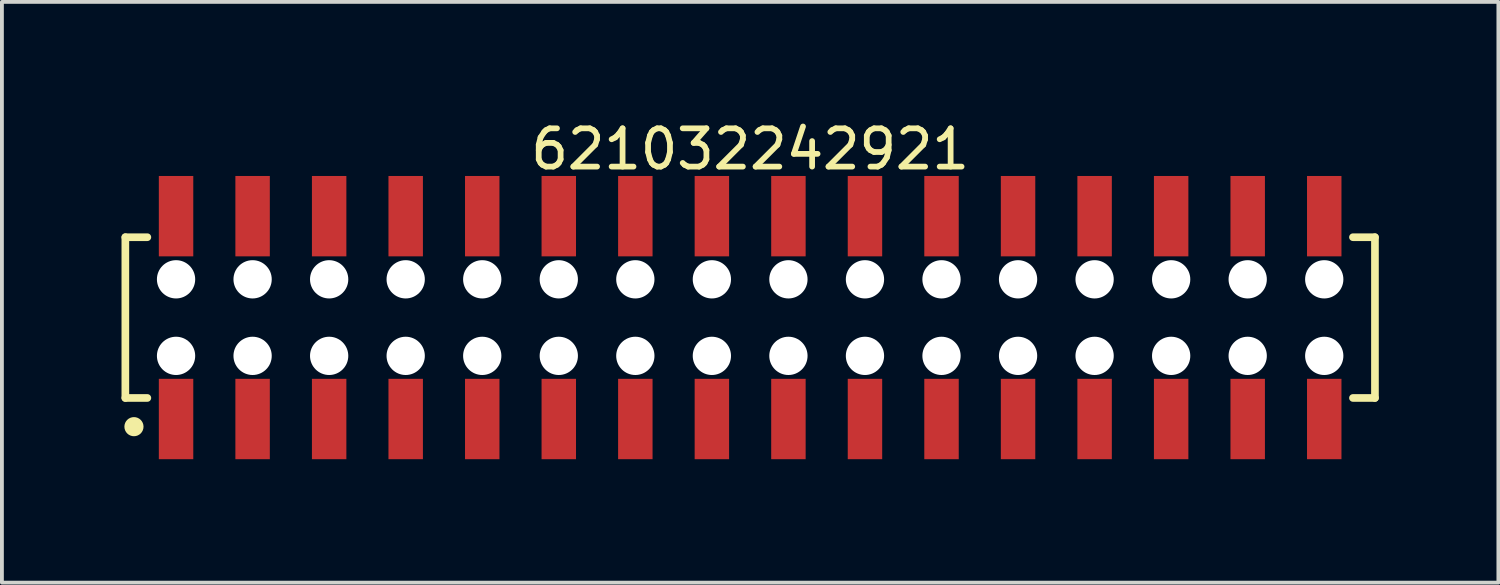
<source format=kicad_pcb>
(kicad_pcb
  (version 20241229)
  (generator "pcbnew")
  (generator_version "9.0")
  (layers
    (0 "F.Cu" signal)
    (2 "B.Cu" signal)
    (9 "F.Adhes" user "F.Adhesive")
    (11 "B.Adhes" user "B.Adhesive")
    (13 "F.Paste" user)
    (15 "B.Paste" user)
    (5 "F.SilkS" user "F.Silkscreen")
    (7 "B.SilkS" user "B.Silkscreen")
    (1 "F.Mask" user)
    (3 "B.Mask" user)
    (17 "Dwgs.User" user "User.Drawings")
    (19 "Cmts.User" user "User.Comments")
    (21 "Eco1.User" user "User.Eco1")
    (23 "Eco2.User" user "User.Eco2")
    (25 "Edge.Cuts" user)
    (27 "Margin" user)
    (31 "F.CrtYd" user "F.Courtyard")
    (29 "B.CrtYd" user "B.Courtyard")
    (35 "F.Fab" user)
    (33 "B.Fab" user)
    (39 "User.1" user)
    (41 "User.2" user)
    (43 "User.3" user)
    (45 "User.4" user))
  (footprint "621032242921"
    (layer "F.Cu")
    (at 16.55 5.248)
    (property "Reference" "621032242921" (at 0 -4.4 0) (layer "F.SilkS") (effects (font (size 1 1) (thickness 0.15))))
    (fp_line (start -16.325 -2.1) (end -15.75 -2.1) (stroke (width 0.2) (type solid)) (layer "F.SilkS"))
    (fp_line (start -16.325 2.1) (end -16.325 -2.1) (stroke (width 0.2) (type solid)) (layer "F.SilkS"))
    (fp_line (start -16.325 2.1) (end -15.75 2.1) (stroke (width 0.2) (type solid)) (layer "F.SilkS"))
    (fp_line (start 15.75 -2.1) (end 16.325 -2.1) (stroke (width 0.2) (type solid)) (layer "F.SilkS"))
    (fp_line (start 15.75 2.1) (end 16.325 2.1) (stroke (width 0.2) (type solid)) (layer "F.SilkS"))
    (fp_line (start 16.325 2.1) (end 16.325 -2.1) (stroke (width 0.2) (type solid)) (layer "F.SilkS"))
    (fp_circle (center -16.1 2.85) (end -16.1 2.725) (stroke (width 0.25) (type solid)) (fill no) (layer "F.SilkS"))
    (fp_line (start -16.525 -3.9) (end 16.525 -3.9) (stroke (width 0.05) (type solid)) (layer "Eco2.User"))
    (fp_line (start -16.525 3.9) (end -16.525 -3.9) (stroke (width 0.05) (type solid)) (layer "Eco2.User"))
    (fp_line (start -16.525 3.9) (end 16.525 3.9) (stroke (width 0.05) (type solid)) (layer "Eco2.User"))
    (fp_line (start -16.2 -2) (end 16.2 -2) (stroke (width 0.1) (type solid)) (layer "Eco2.User"))
    (fp_line (start -16.2 2) (end -16.2 -2) (stroke (width 0.1) (type solid)) (layer "Eco2.User"))
    (fp_line (start -16.2 2) (end 16.2 2) (stroke (width 0.1) (type solid)) (layer "Eco2.User"))
    (fp_line (start -15.25 -3.1) (end -14.75 -3.1) (stroke (width 0.1) (type solid)) (layer "Eco2.User"))
    (fp_line (start -15.25 -2) (end -15.25 -3.1) (stroke (width 0.1) (type solid)) (layer "Eco2.User"))
    (fp_line (start -15.25 3.1) (end -15.25 2) (stroke (width 0.1) (type solid)) (layer "Eco2.User"))
    (fp_line (start -15.25 3.1) (end -14.75 3.1) (stroke (width 0.1) (type solid)) (layer "Eco2.User"))
    (fp_line (start -14.75 -2) (end -14.75 -3.1) (stroke (width 0.1) (type solid)) (layer "Eco2.User"))
    (fp_line (start -14.75 3.1) (end -14.75 2) (stroke (width 0.1) (type solid)) (layer "Eco2.User"))
    (fp_line (start -13.25 -3.1) (end -12.75 -3.1) (stroke (width 0.1) (type solid)) (layer "Eco2.User"))
    (fp_line (start -13.25 -2) (end -13.25 -3.1) (stroke (width 0.1) (type solid)) (layer "Eco2.User"))
    (fp_line (start -13.25 3.1) (end -13.25 2) (stroke (width 0.1) (type solid)) (layer "Eco2.User"))
    (fp_line (start -13.25 3.1) (end -12.75 3.1) (stroke (width 0.1) (type solid)) (layer "Eco2.User"))
    (fp_line (start -12.75 -2) (end -12.75 -3.1) (stroke (width 0.1) (type solid)) (layer "Eco2.User"))
    (fp_line (start -12.75 3.1) (end -12.75 2) (stroke (width 0.1) (type solid)) (layer "Eco2.User"))
    (fp_line (start -11.25 -3.1) (end -10.75 -3.1) (stroke (width 0.1) (type solid)) (layer "Eco2.User"))
    (fp_line (start -11.25 -2) (end -11.25 -3.1) (stroke (width 0.1) (type solid)) (layer "Eco2.User"))
    (fp_line (start -11.25 3.1) (end -11.25 2) (stroke (width 0.1) (type solid)) (layer "Eco2.User"))
    (fp_line (start -11.25 3.1) (end -10.75 3.1) (stroke (width 0.1) (type solid)) (layer "Eco2.User"))
    (fp_line (start -10.75 -2) (end -10.75 -3.1) (stroke (width 0.1) (type solid)) (layer "Eco2.User"))
    (fp_line (start -10.75 3.1) (end -10.75 2) (stroke (width 0.1) (type solid)) (layer "Eco2.User"))
    (fp_line (start -9.25 -3.1) (end -8.75 -3.1) (stroke (width 0.1) (type solid)) (layer "Eco2.User"))
    (fp_line (start -9.25 -2) (end -9.25 -3.1) (stroke (width 0.1) (type solid)) (layer "Eco2.User"))
    (fp_line (start -9.25 3.1) (end -9.25 2) (stroke (width 0.1) (type solid)) (layer "Eco2.User"))
    (fp_line (start -9.25 3.1) (end -8.75 3.1) (stroke (width 0.1) (type solid)) (layer "Eco2.User"))
    (fp_line (start -8.75 -2) (end -8.75 -3.1) (stroke (width 0.1) (type solid)) (layer "Eco2.User"))
    (fp_line (start -8.75 3.1) (end -8.75 2) (stroke (width 0.1) (type solid)) (layer "Eco2.User"))
    (fp_line (start -7.25 -3.1) (end -6.75 -3.1) (stroke (width 0.1) (type solid)) (layer "Eco2.User"))
    (fp_line (start -7.25 -2) (end -7.25 -3.1) (stroke (width 0.1) (type solid)) (layer "Eco2.User"))
    (fp_line (start -7.25 3.1) (end -7.25 2) (stroke (width 0.1) (type solid)) (layer "Eco2.User"))
    (fp_line (start -7.25 3.1) (end -6.75 3.1) (stroke (width 0.1) (type solid)) (layer "Eco2.User"))
    (fp_line (start -6.75 -2) (end -6.75 -3.1) (stroke (width 0.1) (type solid)) (layer "Eco2.User"))
    (fp_line (start -6.75 3.1) (end -6.75 2) (stroke (width 0.1) (type solid)) (layer "Eco2.User"))
    (fp_line (start -5.25 -3.1) (end -4.75 -3.1) (stroke (width 0.1) (type solid)) (layer "Eco2.User"))
    (fp_line (start -5.25 -2) (end -5.25 -3.1) (stroke (width 0.1) (type solid)) (layer "Eco2.User"))
    (fp_line (start -5.25 3.1) (end -5.25 2) (stroke (width 0.1) (type solid)) (layer "Eco2.User"))
    (fp_line (start -5.25 3.1) (end -4.75 3.1) (stroke (width 0.1) (type solid)) (layer "Eco2.User"))
    (fp_line (start -4.75 -2) (end -4.75 -3.1) (stroke (width 0.1) (type solid)) (layer "Eco2.User"))
    (fp_line (start -4.75 3.1) (end -4.75 2) (stroke (width 0.1) (type solid)) (layer "Eco2.User"))
    (fp_line (start -3.25 -3.1) (end -2.75 -3.1) (stroke (width 0.1) (type solid)) (layer "Eco2.User"))
    (fp_line (start -3.25 -2) (end -3.25 -3.1) (stroke (width 0.1) (type solid)) (layer "Eco2.User"))
    (fp_line (start -3.25 3.1) (end -3.25 2) (stroke (width 0.1) (type solid)) (layer "Eco2.User"))
    (fp_line (start -3.25 3.1) (end -2.75 3.1) (stroke (width 0.1) (type solid)) (layer "Eco2.User"))
    (fp_line (start -2.75 -2) (end -2.75 -3.1) (stroke (width 0.1) (type solid)) (layer "Eco2.User"))
    (fp_line (start -2.75 3.1) (end -2.75 2) (stroke (width 0.1) (type solid)) (layer "Eco2.User"))
    (fp_line (start -1.25 -3.1) (end -0.75 -3.1) (stroke (width 0.1) (type solid)) (layer "Eco2.User"))
    (fp_line (start -1.25 -2) (end -1.25 -3.1) (stroke (width 0.1) (type solid)) (layer "Eco2.User"))
    (fp_line (start -1.25 3.1) (end -1.25 2) (stroke (width 0.1) (type solid)) (layer "Eco2.User"))
    (fp_line (start -1.25 3.1) (end -0.75 3.1) (stroke (width 0.1) (type solid)) (layer "Eco2.User"))
    (fp_line (start -0.75 -2) (end -0.75 -3.1) (stroke (width 0.1) (type solid)) (layer "Eco2.User"))
    (fp_line (start -0.75 3.1) (end -0.75 2) (stroke (width 0.1) (type solid)) (layer "Eco2.User"))
    (fp_line (start -0.5 0) (end 0.5 0) (stroke (width 0.05) (type solid)) (layer "Eco2.User"))
    (fp_line (start 0 0.5) (end 0 -0.5) (stroke (width 0.05) (type solid)) (layer "Eco2.User"))
    (fp_line (start 0.75 -3.1) (end 1.25 -3.1) (stroke (width 0.1) (type solid)) (layer "Eco2.User"))
    (fp_line (start 0.75 -2) (end 0.75 -3.1) (stroke (width 0.1) (type solid)) (layer "Eco2.User"))
    (fp_line (start 0.75 3.1) (end 0.75 2) (stroke (width 0.1) (type solid)) (layer "Eco2.User"))
    (fp_line (start 0.75 3.1) (end 1.25 3.1) (stroke (width 0.1) (type solid)) (layer "Eco2.User"))
    (fp_line (start 1.25 -2) (end 1.25 -3.1) (stroke (width 0.1) (type solid)) (layer "Eco2.User"))
    (fp_line (start 1.25 3.1) (end 1.25 2) (stroke (width 0.1) (type solid)) (layer "Eco2.User"))
    (fp_line (start 2.75 -3.1) (end 3.25 -3.1) (stroke (width 0.1) (type solid)) (layer "Eco2.User"))
    (fp_line (start 2.75 -2) (end 2.75 -3.1) (stroke (width 0.1) (type solid)) (layer "Eco2.User"))
    (fp_line (start 2.75 3.1) (end 2.75 2) (stroke (width 0.1) (type solid)) (layer "Eco2.User"))
    (fp_line (start 2.75 3.1) (end 3.25 3.1) (stroke (width 0.1) (type solid)) (layer "Eco2.User"))
    (fp_line (start 3.25 -2) (end 3.25 -3.1) (stroke (width 0.1) (type solid)) (layer "Eco2.User"))
    (fp_line (start 3.25 3.1) (end 3.25 2) (stroke (width 0.1) (type solid)) (layer "Eco2.User"))
    (fp_line (start 4.75 -3.1) (end 5.25 -3.1) (stroke (width 0.1) (type solid)) (layer "Eco2.User"))
    (fp_line (start 4.75 -2) (end 4.75 -3.1) (stroke (width 0.1) (type solid)) (layer "Eco2.User"))
    (fp_line (start 4.75 3.1) (end 4.75 2) (stroke (width 0.1) (type solid)) (layer "Eco2.User"))
    (fp_line (start 4.75 3.1) (end 5.25 3.1) (stroke (width 0.1) (type solid)) (layer "Eco2.User"))
    (fp_line (start 5.25 -2) (end 5.25 -3.1) (stroke (width 0.1) (type solid)) (layer "Eco2.User"))
    (fp_line (start 5.25 3.1) (end 5.25 2) (stroke (width 0.1) (type solid)) (layer "Eco2.User"))
    (fp_line (start 6.75 -3.1) (end 7.25 -3.1) (stroke (width 0.1) (type solid)) (layer "Eco2.User"))
    (fp_line (start 6.75 -2) (end 6.75 -3.1) (stroke (width 0.1) (type solid)) (layer "Eco2.User"))
    (fp_line (start 6.75 3.1) (end 6.75 2) (stroke (width 0.1) (type solid)) (layer "Eco2.User"))
    (fp_line (start 6.75 3.1) (end 7.25 3.1) (stroke (width 0.1) (type solid)) (layer "Eco2.User"))
    (fp_line (start 7.25 -2) (end 7.25 -3.1) (stroke (width 0.1) (type solid)) (layer "Eco2.User"))
    (fp_line (start 7.25 3.1) (end 7.25 2) (stroke (width 0.1) (type solid)) (layer "Eco2.User"))
    (fp_line (start 8.75 -3.1) (end 9.25 -3.1) (stroke (width 0.1) (type solid)) (layer "Eco2.User"))
    (fp_line (start 8.75 -2) (end 8.75 -3.1) (stroke (width 0.1) (type solid)) (layer "Eco2.User"))
    (fp_line (start 8.75 3.1) (end 8.75 2) (stroke (width 0.1) (type solid)) (layer "Eco2.User"))
    (fp_line (start 8.75 3.1) (end 9.25 3.1) (stroke (width 0.1) (type solid)) (layer "Eco2.User"))
    (fp_line (start 9.25 -2) (end 9.25 -3.1) (stroke (width 0.1) (type solid)) (layer "Eco2.User"))
    (fp_line (start 9.25 3.1) (end 9.25 2) (stroke (width 0.1) (type solid)) (layer "Eco2.User"))
    (fp_line (start 10.75 -3.1) (end 11.25 -3.1) (stroke (width 0.1) (type solid)) (layer "Eco2.User"))
    (fp_line (start 10.75 -2) (end 10.75 -3.1) (stroke (width 0.1) (type solid)) (layer "Eco2.User"))
    (fp_line (start 10.75 3.1) (end 10.75 2) (stroke (width 0.1) (type solid)) (layer "Eco2.User"))
    (fp_line (start 10.75 3.1) (end 11.25 3.1) (stroke (width 0.1) (type solid)) (layer "Eco2.User"))
    (fp_line (start 11.25 -2) (end 11.25 -3.1) (stroke (width 0.1) (type solid)) (layer "Eco2.User"))
    (fp_line (start 11.25 3.1) (end 11.25 2) (stroke (width 0.1) (type solid)) (layer "Eco2.User"))
    (fp_line (start 12.75 -3.1) (end 13.25 -3.1) (stroke (width 0.1) (type solid)) (layer "Eco2.User"))
    (fp_line (start 12.75 -2) (end 12.75 -3.1) (stroke (width 0.1) (type solid)) (layer "Eco2.User"))
    (fp_line (start 12.75 3.1) (end 12.75 2) (stroke (width 0.1) (type solid)) (layer "Eco2.User"))
    (fp_line (start 12.75 3.1) (end 13.25 3.1) (stroke (width 0.1) (type solid)) (layer "Eco2.User"))
    (fp_line (start 13.25 -2) (end 13.25 -3.1) (stroke (width 0.1) (type solid)) (layer "Eco2.User"))
    (fp_line (start 13.25 3.1) (end 13.25 2) (stroke (width 0.1) (type solid)) (layer "Eco2.User"))
    (fp_line (start 14.75 -3.1) (end 15.25 -3.1) (stroke (width 0.1) (type solid)) (layer "Eco2.User"))
    (fp_line (start 14.75 -2) (end 14.75 -3.1) (stroke (width 0.1) (type solid)) (layer "Eco2.User"))
    (fp_line (start 14.75 3.1) (end 14.75 2) (stroke (width 0.1) (type solid)) (layer "Eco2.User"))
    (fp_line (start 14.75 3.1) (end 15.25 3.1) (stroke (width 0.1) (type solid)) (layer "Eco2.User"))
    (fp_line (start 15.25 -2) (end 15.25 -3.1) (stroke (width 0.1) (type solid)) (layer "Eco2.User"))
    (fp_line (start 15.25 3.1) (end 15.25 2) (stroke (width 0.1) (type solid)) (layer "Eco2.User"))
    (fp_line (start 16.2 2) (end 16.2 -2) (stroke (width 0.1) (type solid)) (layer "Eco2.User"))
    (fp_line (start 16.525 3.9) (end 16.525 -3.9) (stroke (width 0.05) (type solid)) (layer "Eco2.User"))
    (fp_text user "${REFERENCE}" (at 0.15 -0.197 0) (unlocked yes) (layer "User.3") (effects (font (size 1.5 1.5) (thickness 0.15))))
    (pad "" np_thru_hole circle (at -15 -1) (size 1 1) (drill 1) (layers "*.Cu" "*.Mask"))
    (pad "" np_thru_hole circle (at -15 1) (size 1 1) (drill 1) (layers "*.Cu" "*.Mask"))
    (pad "" np_thru_hole circle (at -13 -1) (size 1 1) (drill 1) (layers "*.Cu" "*.Mask"))
    (pad "" np_thru_hole circle (at -13 1) (size 1 1) (drill 1) (layers "*.Cu" "*.Mask"))
    (pad "" np_thru_hole circle (at -11 -1) (size 1 1) (drill 1) (layers "*.Cu" "*.Mask"))
    (pad "" np_thru_hole circle (at -11 1) (size 1 1) (drill 1) (layers "*.Cu" "*.Mask"))
    (pad "" np_thru_hole circle (at -9 -1) (size 1 1) (drill 1) (layers "*.Cu" "*.Mask"))
    (pad "" np_thru_hole circle (at -9 1) (size 1 1) (drill 1) (layers "*.Cu" "*.Mask"))
    (pad "" np_thru_hole circle (at -7 -1) (size 1 1) (drill 1) (layers "*.Cu" "*.Mask"))
    (pad "" np_thru_hole circle (at -7 1) (size 1 1) (drill 1) (layers "*.Cu" "*.Mask"))
    (pad "" np_thru_hole circle (at -5 -1) (size 1 1) (drill 1) (layers "*.Cu" "*.Mask"))
    (pad "" np_thru_hole circle (at -5 1) (size 1 1) (drill 1) (layers "*.Cu" "*.Mask"))
    (pad "" np_thru_hole circle (at -3 -1) (size 1 1) (drill 1) (layers "*.Cu" "*.Mask"))
    (pad "" np_thru_hole circle (at -3 1) (size 1 1) (drill 1) (layers "*.Cu" "*.Mask"))
    (pad "" np_thru_hole circle (at -1 -1) (size 1 1) (drill 1) (layers "*.Cu" "*.Mask"))
    (pad "" np_thru_hole circle (at -1 1) (size 1 1) (drill 1) (layers "*.Cu" "*.Mask"))
    (pad "" np_thru_hole circle (at 1 -1) (size 1 1) (drill 1) (layers "*.Cu" "*.Mask"))
    (pad "" np_thru_hole circle (at 1 1) (size 1 1) (drill 1) (layers "*.Cu" "*.Mask"))
    (pad "" np_thru_hole circle (at 3 -1) (size 1 1) (drill 1) (layers "*.Cu" "*.Mask"))
    (pad "" np_thru_hole circle (at 3 1) (size 1 1) (drill 1) (layers "*.Cu" "*.Mask"))
    (pad "" np_thru_hole circle (at 5 -1) (size 1 1) (drill 1) (layers "*.Cu" "*.Mask"))
    (pad "" np_thru_hole circle (at 5 1) (size 1 1) (drill 1) (layers "*.Cu" "*.Mask"))
    (pad "" np_thru_hole circle (at 7 -1) (size 1 1) (drill 1) (layers "*.Cu" "*.Mask"))
    (pad "" np_thru_hole circle (at 7 1) (size 1 1) (drill 1) (layers "*.Cu" "*.Mask"))
    (pad "" np_thru_hole circle (at 9 -1) (size 1 1) (drill 1) (layers "*.Cu" "*.Mask"))
    (pad "" np_thru_hole circle (at 9 1) (size 1 1) (drill 1) (layers "*.Cu" "*.Mask"))
    (pad "" np_thru_hole circle (at 11 -1) (size 1 1) (drill 1) (layers "*.Cu" "*.Mask"))
    (pad "" np_thru_hole circle (at 11 1) (size 1 1) (drill 1) (layers "*.Cu" "*.Mask"))
    (pad "" np_thru_hole circle (at 13 -1) (size 1 1) (drill 1) (layers "*.Cu" "*.Mask"))
    (pad "" np_thru_hole circle (at 13 1) (size 1 1) (drill 1) (layers "*.Cu" "*.Mask"))
    (pad "" np_thru_hole circle (at 15 -1) (size 1 1) (drill 1) (layers "*.Cu" "*.Mask"))
    (pad "" np_thru_hole circle (at 15 1) (size 1 1) (drill 1) (layers "*.Cu" "*.Mask"))
    (pad "1" smd rect (at -15 2.65) (size 0.9 2.1) (layers "F.Cu" "F.Mask" "F.Paste"))
    (pad "2" smd rect (at -15 -2.65) (size 0.9 2.1) (layers "F.Cu" "F.Mask" "F.Paste"))
    (pad "3" smd rect (at -13 2.65) (size 0.9 2.1) (layers "F.Cu" "F.Mask" "F.Paste"))
    (pad "4" smd rect (at -13 -2.65) (size 0.9 2.1) (layers "F.Cu" "F.Mask" "F.Paste"))
    (pad "5" smd rect (at -11 2.65) (size 0.9 2.1) (layers "F.Cu" "F.Mask" "F.Paste"))
    (pad "6" smd rect (at -11 -2.65) (size 0.9 2.1) (layers "F.Cu" "F.Mask" "F.Paste"))
    (pad "7" smd rect (at -9 2.65) (size 0.9 2.1) (layers "F.Cu" "F.Mask" "F.Paste"))
    (pad "8" smd rect (at -9 -2.65) (size 0.9 2.1) (layers "F.Cu" "F.Mask" "F.Paste"))
    (pad "9" smd rect (at -7 2.65) (size 0.9 2.1) (layers "F.Cu" "F.Mask" "F.Paste"))
    (pad "10" smd rect (at -7 -2.65) (size 0.9 2.1) (layers "F.Cu" "F.Mask" "F.Paste"))
    (pad "11" smd rect (at -5 2.65) (size 0.9 2.1) (layers "F.Cu" "F.Mask" "F.Paste"))
    (pad "12" smd rect (at -5 -2.65) (size 0.9 2.1) (layers "F.Cu" "F.Mask" "F.Paste"))
    (pad "13" smd rect (at -3 2.65) (size 0.9 2.1) (layers "F.Cu" "F.Mask" "F.Paste"))
    (pad "14" smd rect (at -3 -2.65) (size 0.9 2.1) (layers "F.Cu" "F.Mask" "F.Paste"))
    (pad "15" smd rect (at -1 2.65) (size 0.9 2.1) (layers "F.Cu" "F.Mask" "F.Paste"))
    (pad "16" smd rect (at -1 -2.65) (size 0.9 2.1) (layers "F.Cu" "F.Mask" "F.Paste"))
    (pad "17" smd rect (at 1 2.65) (size 0.9 2.1) (layers "F.Cu" "F.Mask" "F.Paste"))
    (pad "18" smd rect (at 1 -2.65) (size 0.9 2.1) (layers "F.Cu" "F.Mask" "F.Paste"))
    (pad "19" smd rect (at 3 2.65) (size 0.9 2.1) (layers "F.Cu" "F.Mask" "F.Paste"))
    (pad "20" smd rect (at 3 -2.65) (size 0.9 2.1) (layers "F.Cu" "F.Mask" "F.Paste"))
    (pad "21" smd rect (at 5 2.65) (size 0.9 2.1) (layers "F.Cu" "F.Mask" "F.Paste"))
    (pad "22" smd rect (at 5 -2.65) (size 0.9 2.1) (layers "F.Cu" "F.Mask" "F.Paste"))
    (pad "23" smd rect (at 7 2.65) (size 0.9 2.1) (layers "F.Cu" "F.Mask" "F.Paste"))
    (pad "24" smd rect (at 7 -2.65) (size 0.9 2.1) (layers "F.Cu" "F.Mask" "F.Paste"))
    (pad "25" smd rect (at 9 2.65) (size 0.9 2.1) (layers "F.Cu" "F.Mask" "F.Paste"))
    (pad "26" smd rect (at 9 -2.65) (size 0.9 2.1) (layers "F.Cu" "F.Mask" "F.Paste"))
    (pad "27" smd rect (at 11 2.65) (size 0.9 2.1) (layers "F.Cu" "F.Mask" "F.Paste"))
    (pad "28" smd rect (at 11 -2.65) (size 0.9 2.1) (layers "F.Cu" "F.Mask" "F.Paste"))
    (pad "29" smd rect (at 13 2.65) (size 0.9 2.1) (layers "F.Cu" "F.Mask" "F.Paste"))
    (pad "30" smd rect (at 13 -2.65) (size 0.9 2.1) (layers "F.Cu" "F.Mask" "F.Paste"))
    (pad "31" smd rect (at 15 2.65) (size 0.9 2.1) (layers "F.Cu" "F.Mask" "F.Paste"))
    (pad "32" smd rect (at 15 -2.65) (size 0.9 2.1) (layers "F.Cu" "F.Mask" "F.Paste")))
  (gr_rect
    (start -3 -3)
    (end 36.1 12.173)
    (stroke (width 0.1) (type default))
    (fill no)
    (layer "Edge.Cuts")))
</source>
